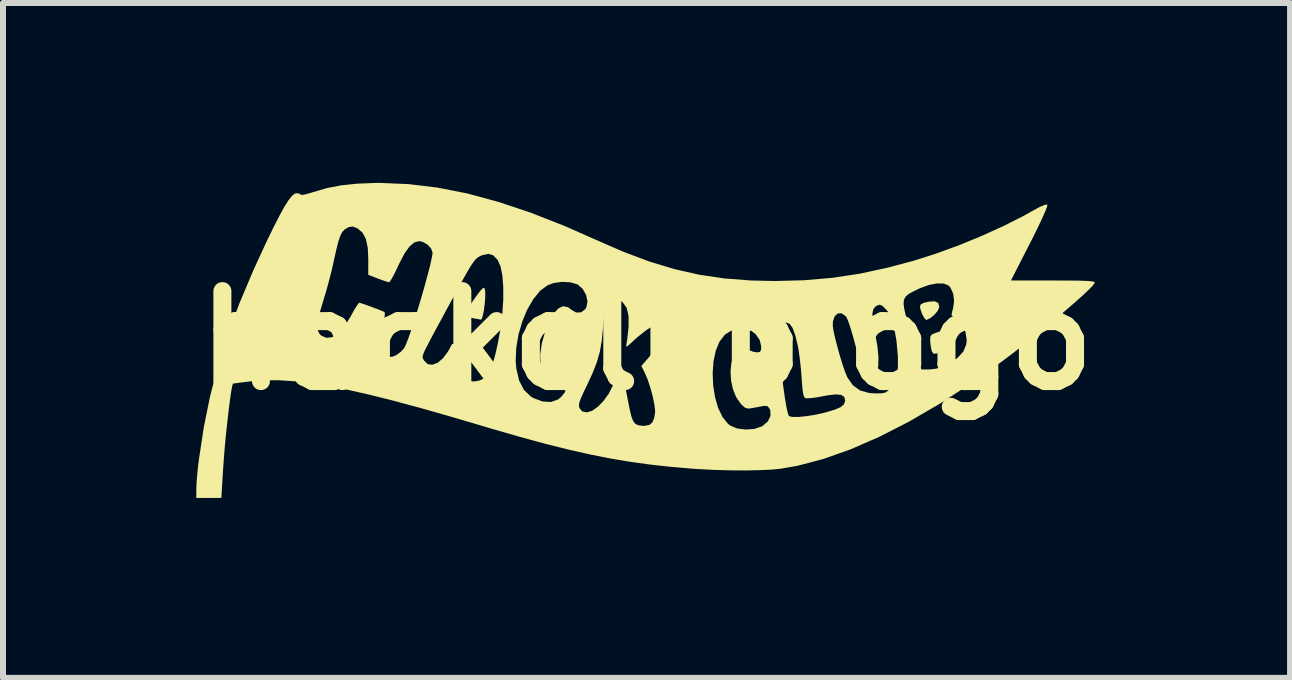
<source format=kicad_pcb>
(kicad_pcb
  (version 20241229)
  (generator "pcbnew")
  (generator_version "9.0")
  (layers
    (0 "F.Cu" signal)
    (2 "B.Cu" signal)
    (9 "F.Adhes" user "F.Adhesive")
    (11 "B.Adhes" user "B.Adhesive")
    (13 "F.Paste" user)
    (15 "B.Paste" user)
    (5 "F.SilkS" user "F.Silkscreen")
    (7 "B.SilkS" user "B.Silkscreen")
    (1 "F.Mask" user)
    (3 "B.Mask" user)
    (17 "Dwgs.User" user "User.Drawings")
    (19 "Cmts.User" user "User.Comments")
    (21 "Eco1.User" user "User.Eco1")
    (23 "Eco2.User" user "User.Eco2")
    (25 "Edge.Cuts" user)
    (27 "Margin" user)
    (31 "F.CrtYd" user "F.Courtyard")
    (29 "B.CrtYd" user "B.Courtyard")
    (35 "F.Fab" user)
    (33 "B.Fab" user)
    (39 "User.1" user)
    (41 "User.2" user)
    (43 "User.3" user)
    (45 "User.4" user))
  (footprint "hackclublogo"
    (layer "F.Cu")
    (at 7.729 2.625)
    (property "Reference" "hackclublogo" (at 0 0 0) (layer "F.SilkS") (effects (font (size 1.5 1.5) (thickness 0.3))))
    (attr board_only exclude_from_pos_files exclude_from_bom)
    (fp_poly (pts (xy 4.861 -0.625) (xy 4.88 -0.562) (xy 4.88 -0.559) (xy 4.858 -0.5) (xy 4.804 -0.433) (xy 4.736 -0.375) (xy 4.673 -0.344) (xy 4.661 -0.342) (xy 4.634 -0.367) (xy 4.6 -0.428) (xy 4.585 -0.462) (xy 4.559 -0.544) (xy 4.565 -0.594) (xy 4.613 -0.624) (xy 4.702 -0.645) (xy 4.803 -0.652)) (stroke (width 0) (type solid)) (fill yes) (layer "F.SilkS"))
    (fp_poly (pts (xy 5.029 -0.147) (xy 5.051 -0.129) (xy 5.105 -0.053) (xy 5.102 0.023) (xy 5.043 0.1) (xy 4.93 0.176) (xy 4.917 0.182) (xy 4.834 0.219) (xy 4.786 0.222) (xy 4.759 0.19) (xy 4.75 0.158) (xy 4.735 0.077) (xy 4.728 -0.004) (xy 4.73 -0.06) (xy 4.751 -0.095) (xy 4.807 -0.121) (xy 4.858 -0.138) (xy 4.941 -0.162) (xy 4.992 -0.165)) (stroke (width 0) (type solid)) (fill yes) (layer "F.SilkS"))
    (fp_poly (pts (xy -2.706 -0.874) (xy -2.697 -0.857) (xy -2.689 -0.796) (xy -2.69 -0.706) (xy -2.699 -0.602) (xy -2.712 -0.5) (xy -2.73 -0.413) (xy -2.748 -0.358) (xy -2.762 -0.346) (xy -2.8 -0.353) (xy -2.873 -0.367) (xy -2.908 -0.373) (xy -2.986 -0.391) (xy -3.037 -0.406) (xy -3.045 -0.41) (xy -3.035 -0.437) (xy -2.998 -0.5) (xy -2.941 -0.59) (xy -2.887 -0.669) (xy -2.81 -0.778) (xy -2.757 -0.845) (xy -2.725 -0.875)) (stroke (width 0) (type solid)) (fill yes) (layer "F.SilkS"))
    (fp_poly (pts (xy -3.961 -2.605) (xy -3.482 -2.547) (xy -2.985 -2.449) (xy -2.469 -2.309) (xy -1.928 -2.128) (xy -1.358 -1.904) (xy -0.842 -1.676) (xy -0.382 -1.476) (xy 0.05 -1.314) (xy 0.467 -1.188) (xy 0.879 -1.095) (xy 1.299 -1.033) (xy 1.738 -0.999) (xy 2.14 -0.99) (xy 2.628 -1.003) (xy 3.095 -1.043) (xy 3.558 -1.113) (xy 4.032 -1.216) (xy 4.463 -1.331) (xy 4.826 -1.447) (xy 5.205 -1.585) (xy 5.583 -1.74) (xy 5.946 -1.905) (xy 6.278 -2.072) (xy 6.446 -2.166) (xy 6.554 -2.225) (xy 6.634 -2.259) (xy 6.678 -2.265) (xy 6.681 -2.263) (xy 6.677 -2.23) (xy 6.647 -2.152) (xy 6.595 -2.034) (xy 6.522 -1.88) (xy 6.431 -1.696) (xy 6.391 -1.618) (xy 6.075 -0.999) (xy 6.778 -0.999) (xy 7.002 -0.998) (xy 7.175 -0.997) (xy 7.302 -0.993) (xy 7.389 -0.988) (xy 7.443 -0.981) (xy 7.468 -0.971) (xy 7.472 -0.961) (xy 7.445 -0.921) (xy 7.378 -0.851) (xy 7.277 -0.755) (xy 7.147 -0.639) (xy 6.994 -0.506) (xy 6.823 -0.361) (xy 6.639 -0.21) (xy 6.449 -0.055) (xy 6.257 0.097) (xy 6.07 0.242) (xy 5.938 0.341) (xy 5.404 0.721) (xy 4.881 1.06) (xy 4.372 1.356) (xy 3.878 1.608) (xy 3.404 1.815) (xy 2.95 1.976) (xy 2.52 2.089) (xy 2.244 2.138) (xy 2.086 2.154) (xy 1.883 2.163) (xy 1.647 2.168) (xy 1.392 2.166) (xy 1.128 2.159) (xy 0.869 2.145) (xy 0.785 2.14) (xy 0.424 2.11) (xy 0.08 2.072) (xy -0.257 2.027) (xy -0.594 1.97) (xy -0.94 1.902) (xy -1.303 1.82) (xy -1.691 1.723) (xy -2.112 1.608) (xy -2.574 1.475) (xy -2.794 1.409) (xy -3.325 1.253) (xy -3.807 1.116) (xy -3.91 1.089) (xy -1.127 1.089) (xy -1.119 1.125) (xy -1.117 1.13) (xy -1.075 1.182) (xy -1.004 1.199) (xy -0.994 1.199) (xy -0.909 1.174) (xy -0.813 1.107) (xy -0.718 1.009) (xy -0.632 0.891) (xy -0.568 0.764) (xy -0.557 0.735) (xy -0.516 0.632) (xy -0.477 0.58) (xy -0.453 0.571) (xy -0.429 0.573) (xy -0.41 0.585) (xy -0.394 0.616) (xy -0.377 0.673) (xy -0.357 0.766) (xy -0.33 0.903) (xy -0.315 0.98) (xy -0.282 1.146) (xy -0.254 1.264) (xy -0.224 1.343) (xy -0.188 1.39) (xy -0.14 1.414) (xy -0.076 1.423) (xy -0.037 1.425) (xy 0.051 1.407) (xy 0.098 1.364) (xy 0.127 1.293) (xy 0.142 1.202) (xy 0.143 1.185) (xy 0.132 1.077) (xy 0.104 0.938) (xy 0.063 0.788) (xy 0.016 0.646) (xy -0.028 0.545) (xy 1.102 0.545) (xy 1.11 0.747) (xy 1.141 0.943) (xy 1.192 1.123) (xy 1.265 1.276) (xy 1.357 1.39) (xy 1.396 1.42) (xy 1.51 1.468) (xy 1.651 1.486) (xy 1.794 1.476) (xy 1.918 1.436) (xy 1.934 1.427) (xy 2.023 1.349) (xy 2.067 1.256) (xy 2.062 1.161) (xy 2.056 1.146) (xy 2.019 1.097) (xy 1.962 1.09) (xy 1.947 1.093) (xy 1.864 1.109) (xy 1.769 1.127) (xy 1.763 1.128) (xy 1.691 1.137) (xy 1.639 1.12) (xy 1.582 1.069) (xy 1.571 1.057) (xy 1.494 0.946) (xy 1.439 0.81) (xy 1.408 0.661) (xy 1.4 0.511) (xy 1.415 0.372) (xy 1.454 0.255) (xy 1.517 0.172) (xy 1.553 0.149) (xy 1.624 0.134) (xy 1.698 0.159) (xy 1.778 0.189) (xy 1.844 0.2) (xy 1.891 0.191) (xy 1.909 0.155) (xy 1.912 0.102) (xy 1.886 -0.007) (xy 1.843 -0.068) (xy 2.187 -0.068) (xy 2.193 0.031) (xy 2.205 0.163) (xy 2.225 0.334) (xy 2.252 0.55) (xy 2.281 0.783) (xy 2.306 0.958) (xy 2.33 1.1) (xy 2.352 1.202) (xy 2.371 1.256) (xy 2.376 1.263) (xy 2.431 1.276) (xy 2.529 1.276) (xy 2.658 1.264) (xy 2.804 1.241) (xy 2.955 1.208) (xy 3 1.196) (xy 3.143 1.153) (xy 3.237 1.111) (xy 3.29 1.066) (xy 3.31 1.013) (xy 3.311 0.998) (xy 3.295 0.94) (xy 3.244 0.908) (xy 3.152 0.9) (xy 3.016 0.916) (xy 2.942 0.93) (xy 2.825 0.951) (xy 2.727 0.963) (xy 2.662 0.966) (xy 2.649 0.963) (xy 2.628 0.943) (xy 2.612 0.894) (xy 2.599 0.809) (xy 2.588 0.678) (xy 2.585 0.623) (xy 2.572 0.465) (xy 2.554 0.301) (xy 2.534 0.156) (xy 2.521 0.087) (xy 2.479 -0.088) (xy 2.434 -0.209) (xy 2.406 -0.247) (xy 3.104 -0.247) (xy 3.115 -0.168) (xy 3.141 -0.05) (xy 3.177 0.092) (xy 3.219 0.243) (xy 3.263 0.389) (xy 3.305 0.513) (xy 3.341 0.602) (xy 3.347 0.615) (xy 3.44 0.748) (xy 3.56 0.835) (xy 3.713 0.877) (xy 3.815 0.884) (xy 3.915 0.882) (xy 3.979 0.87) (xy 4.024 0.841) (xy 4.062 0.8) (xy 4.129 0.702) (xy 4.171 0.591) (xy 4.19 0.455) (xy 4.19 0.28) (xy 4.188 0.245) (xy 4.166 0.005) (xy 4.129 -0.202) (xy 4.079 -0.367) (xy 4.019 -0.485) (xy 3.996 -0.513) (xy 3.933 -0.575) (xy 3.886 -0.596) (xy 3.841 -0.581) (xy 3.815 -0.564) (xy 3.78 -0.52) (xy 3.765 -0.448) (xy 3.769 -0.342) (xy 3.794 -0.193) (xy 3.81 -0.114) (xy 3.849 0.101) (xy 3.866 0.285) (xy 3.862 0.433) (xy 3.838 0.54) (xy 3.795 0.604) (xy 3.732 0.619) (xy 3.713 0.615) (xy 3.673 0.593) (xy 3.637 0.553) (xy 3.602 0.485) (xy 3.565 0.384) (xy 3.523 0.241) (xy 3.473 0.05) (xy 3.472 0.045) (xy 3.432 -0.101) (xy 3.393 -0.231) (xy 3.357 -0.332) (xy 3.329 -0.393) (xy 3.323 -0.401) (xy 3.253 -0.452) (xy 3.188 -0.45) (xy 3.137 -0.404) (xy 3.107 -0.319) (xy 3.104 -0.247) (xy 2.406 -0.247) (xy 2.383 -0.278) (xy 2.326 -0.297) (xy 2.261 -0.27) (xy 2.233 -0.248) (xy 2.212 -0.223) (xy 2.197 -0.189) (xy 2.189 -0.139) (xy 2.187 -0.068) (xy 1.843 -0.068) (xy 1.816 -0.107) (xy 1.716 -0.181) (xy 1.671 -0.199) (xy 1.558 -0.209) (xy 1.434 -0.175) (xy 1.316 -0.103) (xy 1.303 -0.092) (xy 1.216 0.02) (xy 1.154 0.17) (xy 1.116 0.349) (xy 1.102 0.545) (xy -0.028 0.545) (xy -0.03 0.539) (xy -0.087 0.427) (xy 0.088 0.223) (xy 0.216 0.063) (xy 0.296 -0.068) (xy 0.331 -0.17) (xy 0.328 -0.23) (xy 0.288 -0.279) (xy 0.217 -0.284) (xy 0.117 -0.247) (xy -0.009 -0.168) (xy -0.157 -0.05) (xy -0.239 0.025) (xy -0.302 0.083) (xy -0.333 0.104) (xy -0.34 0.091) (xy -0.334 0.057) (xy -0.324 -0.006) (xy -0.312 -0.106) (xy -0.301 -0.221) (xy -0.3 -0.228) (xy -0.3 -0.407) (xy -0.331 -0.541) (xy -0.376 -0.605) (xy 4.285 -0.605) (xy 4.299 -0.51) (xy 4.331 -0.38) (xy 4.379 -0.208) (xy 4.417 -0.078) (xy 4.581 0.484) (xy 4.714 0.485) (xy 4.832 0.471) (xy 4.963 0.423) (xy 5.027 0.392) (xy 5.181 0.294) (xy 5.282 0.185) (xy 5.331 0.062) (xy 5.337 -0.007) (xy 5.317 -0.141) (xy 5.264 -0.263) (xy 5.187 -0.352) (xy 5.168 -0.365) (xy 5.114 -0.399) (xy 5.085 -0.417) (xy 5.085 -0.417) (xy 5.087 -0.445) (xy 5.102 -0.508) (xy 5.111 -0.539) (xy 5.127 -0.659) (xy 5.112 -0.778) (xy 5.068 -0.878) (xy 5.035 -0.915) (xy 4.955 -0.948) (xy 4.841 -0.95) (xy 4.703 -0.923) (xy 4.556 -0.869) (xy 4.524 -0.854) (xy 4.431 -0.808) (xy 4.362 -0.769) (xy 4.316 -0.727) (xy 4.29 -0.675) (xy 4.285 -0.605) (xy -0.376 -0.605) (xy -0.397 -0.636) (xy -0.463 -0.679) (xy -0.541 -0.702) (xy -0.603 -0.687) (xy -0.651 -0.629) (xy -0.686 -0.526) (xy -0.712 -0.372) (xy -0.727 -0.2) (xy -0.747 0.008) (xy -0.779 0.189) (xy -0.828 0.361) (xy -0.899 0.544) (xy -0.989 0.738) (xy -1.056 0.877) (xy -1.099 0.975) (xy -1.122 1.042) (xy -1.127 1.089) (xy -3.91 1.089) (xy -4.243 0.999) (xy -4.637 0.901) (xy -4.993 0.821) (xy -5.316 0.758) (xy -5.608 0.712) (xy -5.873 0.681) (xy -6.116 0.665) (xy -6.34 0.664) (xy -6.549 0.677) (xy -6.605 0.683) (xy -6.725 0.697) (xy -6.822 0.71) (xy -6.882 0.719) (xy -6.896 0.722) (xy -6.907 0.758) (xy -6.923 0.842) (xy -6.941 0.964) (xy -6.961 1.116) (xy -6.981 1.289) (xy -7.002 1.474) (xy -7.021 1.661) (xy -7.037 1.843) (xy -7.05 2.008) (xy -7.055 2.076) (xy -7.089 2.626) (xy -7.298 2.626) (xy -7.506 2.626) (xy -7.506 2.47) (xy -7.502 2.377) (xy -7.492 2.247) (xy -7.477 2.098) (xy -7.462 1.978) (xy -7.381 1.445) (xy -7.276 0.928) (xy -7.144 0.419) (xy -6.982 -0.093) (xy -6.927 -0.243) (xy -5.488 -0.243) (xy -5.48 -0.165) (xy -5.452 -0.109) (xy -5.424 -0.081) (xy -5.334 -0.04) (xy -5.237 -0.053) (xy -5.136 -0.12) (xy -5.033 -0.238) (xy -4.933 -0.4) (xy -4.878 -0.501) (xy -4.83 -0.579) (xy -4.798 -0.622) (xy -4.79 -0.628) (xy -4.754 -0.618) (xy -4.682 -0.594) (xy -4.591 -0.561) (xy -4.497 -0.526) (xy -4.418 -0.495) (xy -4.371 -0.474) (xy -4.368 -0.472) (xy -4.363 -0.439) (xy -4.37 -0.364) (xy -4.387 -0.261) (xy -4.398 -0.208) (xy -4.431 -0.047) (xy -4.447 0.07) (xy -4.448 0.151) (xy -4.432 0.206) (xy -4.407 0.241) (xy -4.33 0.281) (xy -4.327 0.281) (xy -3.734 0.281) (xy -3.73 0.3) (xy -3.72 0.317) (xy -3.707 0.337) (xy -3.707 0.338) (xy -3.648 0.396) (xy -3.571 0.406) (xy -3.484 0.373) (xy -3.395 0.299) (xy -3.313 0.189) (xy -3.294 0.156) (xy -3.242 0.059) (xy -3.069 0.076) (xy -2.977 0.086) (xy -2.913 0.094) (xy -2.891 0.098) (xy -2.896 0.125) (xy -2.915 0.193) (xy -2.944 0.29) (xy -2.954 0.322) (xy -2.995 0.471) (xy -3.006 0.577) (xy -2.986 0.644) (xy -2.933 0.678) (xy -2.873 0.685) (xy -2.782 0.668) (xy -2.704 0.628) (xy -2.652 0.574) (xy -2.606 0.497) (xy -2.564 0.386) (xy -2.552 0.345) (xy -2.182 0.345) (xy -2.171 0.473) (xy -2.124 0.671) (xy -2.045 0.824) (xy -1.933 0.933) (xy -1.886 0.961) (xy -1.735 1.018) (xy -1.597 1.027) (xy -1.478 0.986) (xy -1.425 0.944) (xy -1.36 0.863) (xy -1.344 0.79) (xy -1.371 0.712) (xy -1.423 0.667) (xy -1.497 0.656) (xy -1.603 0.648) (xy -1.672 0.615) (xy -1.723 0.549) (xy -1.73 0.536) (xy -1.769 0.406) (xy -1.774 0.241) (xy -1.747 0.052) (xy -1.689 -0.152) (xy -1.637 -0.282) (xy -1.557 -0.434) (xy -1.475 -0.53) (xy -1.392 -0.57) (xy -1.309 -0.554) (xy -1.254 -0.512) (xy -1.174 -0.465) (xy -1.092 -0.468) (xy -1.023 -0.52) (xy -1.003 -0.552) (xy -0.985 -0.65) (xy -1.008 -0.758) (xy -1.064 -0.858) (xy -1.146 -0.93) (xy -1.151 -0.933) (xy -1.266 -0.968) (xy -1.406 -0.976) (xy -1.547 -0.957) (xy -1.649 -0.92) (xy -1.774 -0.828) (xy -1.888 -0.688) (xy -1.99 -0.513) (xy -2.073 -0.312) (xy -2.136 -0.095) (xy -2.173 0.128) (xy -2.182 0.345) (xy -2.552 0.345) (xy -2.522 0.235) (xy -2.486 0.08) (xy -2.438 -0.178) (xy -2.406 -0.432) (xy -2.389 -0.673) (xy -2.389 -0.892) (xy -2.404 -1.082) (xy -2.434 -1.233) (xy -2.481 -1.339) (xy -2.483 -1.342) (xy -2.557 -1.419) (xy -2.639 -1.443) (xy -2.742 -1.42) (xy -2.752 -1.415) (xy -2.787 -1.399) (xy -2.819 -1.379) (xy -2.851 -1.35) (xy -2.887 -1.305) (xy -2.931 -1.24) (xy -2.986 -1.148) (xy -3.056 -1.024) (xy -3.145 -0.862) (xy -3.256 -0.657) (xy -3.288 -0.599) (xy -3.412 -0.369) (xy -3.513 -0.184) (xy -3.591 -0.038) (xy -3.649 0.073) (xy -3.691 0.155) (xy -3.717 0.214) (xy -3.731 0.254) (xy -3.734 0.281) (xy -4.327 0.281) (xy -4.23 0.27) (xy -4.17 0.244) (xy -4.094 0.188) (xy -4.039 0.126) (xy -4.01 0.065) (xy -3.969 -0.041) (xy -3.92 -0.183) (xy -3.866 -0.352) (xy -3.808 -0.537) (xy -3.751 -0.728) (xy -3.697 -0.917) (xy -3.649 -1.094) (xy -3.609 -1.248) (xy -3.582 -1.37) (xy -3.568 -1.451) (xy -3.568 -1.464) (xy -3.592 -1.532) (xy -3.653 -1.598) (xy -3.732 -1.643) (xy -3.791 -1.655) (xy -3.87 -1.634) (xy -3.949 -1.569) (xy -4.031 -1.456) (xy -4.118 -1.292) (xy -4.152 -1.219) (xy -4.203 -1.112) (xy -4.249 -1.028) (xy -4.282 -0.979) (xy -4.293 -0.97) (xy -4.333 -0.98) (xy -4.408 -1.005) (xy -4.481 -1.032) (xy -4.64 -1.094) (xy -4.639 -1.353) (xy -4.648 -1.546) (xy -4.68 -1.692) (xy -4.736 -1.797) (xy -4.818 -1.867) (xy -4.828 -1.872) (xy -4.897 -1.898) (xy -4.957 -1.891) (xy -4.987 -1.878) (xy -5.034 -1.849) (xy -5.073 -1.807) (xy -5.106 -1.743) (xy -5.138 -1.649) (xy -5.172 -1.515) (xy -5.208 -1.352) (xy -5.248 -1.174) (xy -5.299 -0.975) (xy -5.352 -0.784) (xy -5.384 -0.681) (xy -5.44 -0.493) (xy -5.475 -0.349) (xy -5.488 -0.243) (xy -6.927 -0.243) (xy -6.788 -0.617) (xy -6.558 -1.163) (xy -6.341 -1.634) (xy -6.222 -1.879) (xy -6.122 -2.075) (xy -6.039 -2.226) (xy -5.97 -2.336) (xy -5.913 -2.408) (xy -5.867 -2.446) (xy -5.835 -2.454) (xy -5.782 -2.445) (xy -5.765 -2.429) (xy -5.74 -2.425) (xy -5.675 -2.438) (xy -5.582 -2.465) (xy -5.56 -2.472) (xy -5.331 -2.539) (xy -5.091 -2.585) (xy -4.827 -2.613) (xy -4.524 -2.625) (xy -4.427 -2.625)) (stroke (width 0) (type solid)) (fill yes) (layer "F.SilkS")))
  (gr_rect
    (start -3 -3)
    (end 18.457 8.251)
    (stroke (width 0.1) (type default))
    (fill no)
    (layer "Edge.Cuts")))
</source>
